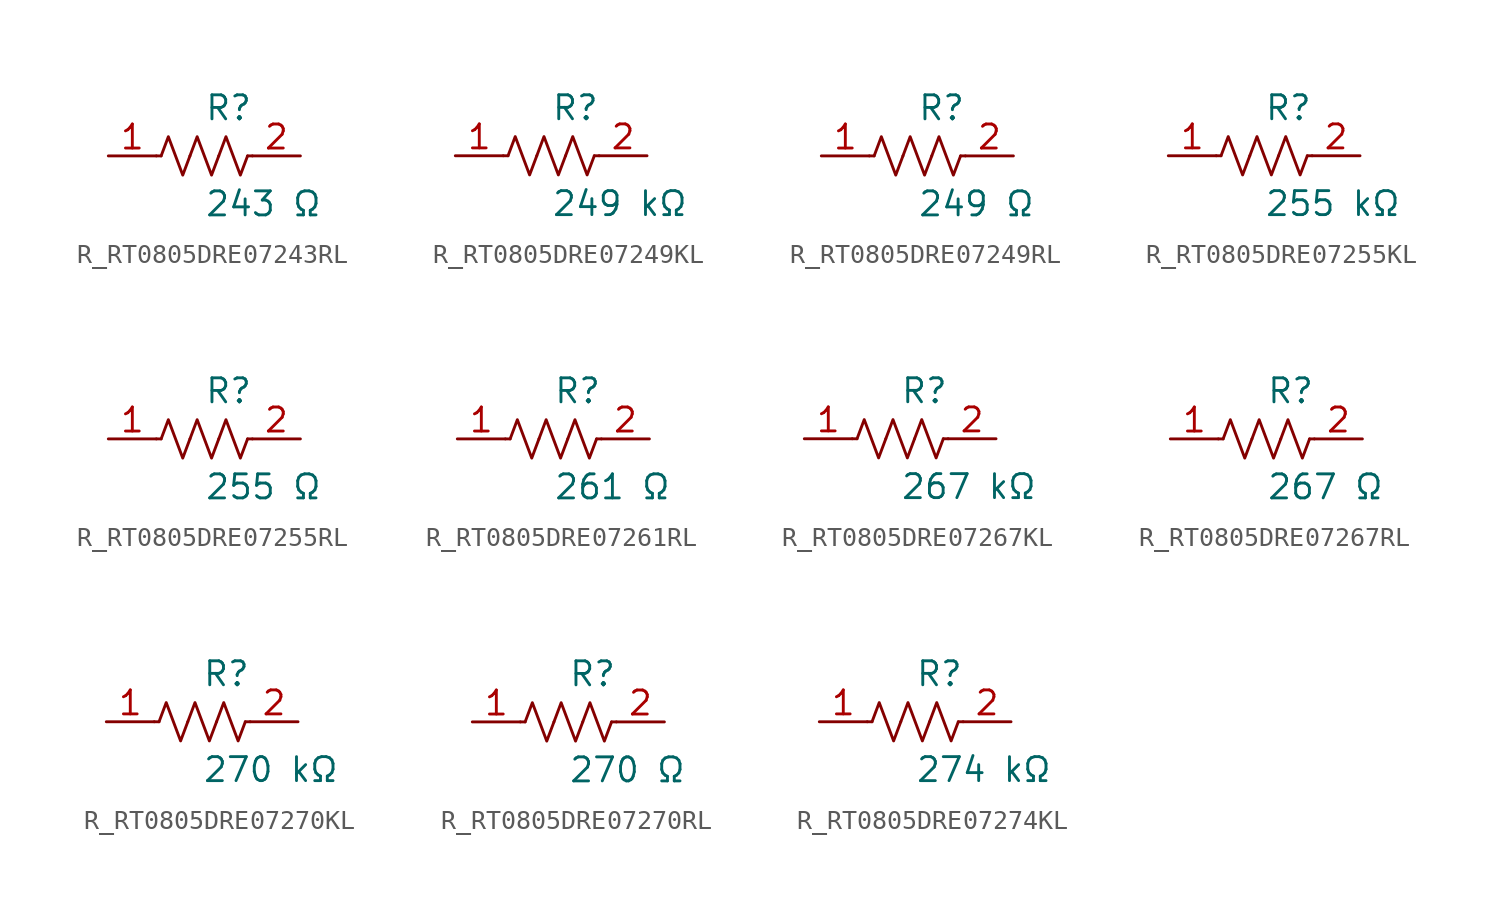
<source format=kicad_sym>
(kicad_symbol_lib
  (version 20231120)
  (generator kicad_symbol_editor)
  (generator_version 8.0)
  (symbol "R_RT0805DRE07243RL"
    (pin_names
      (offset 0.254))
    (property "Reference" "R"
      (at 0 2.54 0)
      (effects (font (size 1.27 1.27)) (justify left)))
    (property "Value" "243 Ω"
      (at 0 -2.54 0)
      (effects (font (size 1.27 1.27)) (justify left)))
    (symbol "R_RT0805DRE07243RL_0_1"
      (polyline (pts (xy 2.286 0) (xy 2.54 0)) (stroke (width 0) (type default)) (fill (type none)))
      (polyline (pts (xy -2.286 0) (xy -2.54 0)) (stroke (width 0) (type default)) (fill (type none)))
      (polyline (pts (xy 0.762 0) (xy 1.143 1.016) (xy 1.524 0) (xy 1.905 -1.016) (xy 2.286 0)) (stroke (width 0) (type default)) (fill (type none)))
      (polyline (pts (xy -0.762 0) (xy -0.381 1.016) (xy 0 0) (xy 0.381 -1.016) (xy 0.762 0)) (stroke (width 0) (type default)) (fill (type none)))
      (polyline (pts (xy -2.286 0) (xy -1.905 1.016) (xy -1.524 0) (xy -1.143 -1.016) (xy -0.762 0)) (stroke (width 0) (type default)) (fill (type none))))
    (pin passive line
      (at -5.08 0 0)
      (length 2.54)
      (name "" (effects (font (size 1.27 1.27))))
      (number "1" (effects (font (size 1.27 1.27)))))
    (pin passive line
      (at 5.08 0 180)
      (length 2.54)
      (name "" (effects (font (size 1.27 1.27))))
      (number "2" (effects (font (size 1.27 1.27))))))
  (symbol "R_RT0805DRE07249KL"
    (pin_names
      (offset 0.254))
    (property "Reference" "R"
      (at 0 2.54 0)
      (effects (font (size 1.27 1.27)) (justify left)))
    (property "Value" "249 kΩ"
      (at 0 -2.54 0)
      (effects (font (size 1.27 1.27)) (justify left)))
    (symbol "R_RT0805DRE07249KL_0_1"
      (polyline (pts (xy 2.286 0) (xy 2.54 0)) (stroke (width 0) (type default)) (fill (type none)))
      (polyline (pts (xy -2.286 0) (xy -2.54 0)) (stroke (width 0) (type default)) (fill (type none)))
      (polyline (pts (xy 0.762 0) (xy 1.143 1.016) (xy 1.524 0) (xy 1.905 -1.016) (xy 2.286 0)) (stroke (width 0) (type default)) (fill (type none)))
      (polyline (pts (xy -0.762 0) (xy -0.381 1.016) (xy 0 0) (xy 0.381 -1.016) (xy 0.762 0)) (stroke (width 0) (type default)) (fill (type none)))
      (polyline (pts (xy -2.286 0) (xy -1.905 1.016) (xy -1.524 0) (xy -1.143 -1.016) (xy -0.762 0)) (stroke (width 0) (type default)) (fill (type none))))
    (pin passive line
      (at -5.08 0 0)
      (length 2.54)
      (name "" (effects (font (size 1.27 1.27))))
      (number "1" (effects (font (size 1.27 1.27)))))
    (pin passive line
      (at 5.08 0 180)
      (length 2.54)
      (name "" (effects (font (size 1.27 1.27))))
      (number "2" (effects (font (size 1.27 1.27))))))
  (symbol "R_RT0805DRE07249RL"
    (pin_names
      (offset 0.254))
    (property "Reference" "R"
      (at 0 2.54 0)
      (effects (font (size 1.27 1.27)) (justify left)))
    (property "Value" "249 Ω"
      (at 0 -2.54 0)
      (effects (font (size 1.27 1.27)) (justify left)))
    (symbol "R_RT0805DRE07249RL_0_1"
      (polyline (pts (xy 2.286 0) (xy 2.54 0)) (stroke (width 0) (type default)) (fill (type none)))
      (polyline (pts (xy -2.286 0) (xy -2.54 0)) (stroke (width 0) (type default)) (fill (type none)))
      (polyline (pts (xy 0.762 0) (xy 1.143 1.016) (xy 1.524 0) (xy 1.905 -1.016) (xy 2.286 0)) (stroke (width 0) (type default)) (fill (type none)))
      (polyline (pts (xy -0.762 0) (xy -0.381 1.016) (xy 0 0) (xy 0.381 -1.016) (xy 0.762 0)) (stroke (width 0) (type default)) (fill (type none)))
      (polyline (pts (xy -2.286 0) (xy -1.905 1.016) (xy -1.524 0) (xy -1.143 -1.016) (xy -0.762 0)) (stroke (width 0) (type default)) (fill (type none))))
    (pin passive line
      (at -5.08 0 0)
      (length 2.54)
      (name "" (effects (font (size 1.27 1.27))))
      (number "1" (effects (font (size 1.27 1.27)))))
    (pin passive line
      (at 5.08 0 180)
      (length 2.54)
      (name "" (effects (font (size 1.27 1.27))))
      (number "2" (effects (font (size 1.27 1.27))))))
  (symbol "R_RT0805DRE07255KL"
    (pin_names
      (offset 0.254))
    (property "Reference" "R"
      (at 0 2.54 0)
      (effects (font (size 1.27 1.27)) (justify left)))
    (property "Value" "255 kΩ"
      (at 0 -2.54 0)
      (effects (font (size 1.27 1.27)) (justify left)))
    (symbol "R_RT0805DRE07255KL_0_1"
      (polyline (pts (xy 2.286 0) (xy 2.54 0)) (stroke (width 0) (type default)) (fill (type none)))
      (polyline (pts (xy -2.286 0) (xy -2.54 0)) (stroke (width 0) (type default)) (fill (type none)))
      (polyline (pts (xy 0.762 0) (xy 1.143 1.016) (xy 1.524 0) (xy 1.905 -1.016) (xy 2.286 0)) (stroke (width 0) (type default)) (fill (type none)))
      (polyline (pts (xy -0.762 0) (xy -0.381 1.016) (xy 0 0) (xy 0.381 -1.016) (xy 0.762 0)) (stroke (width 0) (type default)) (fill (type none)))
      (polyline (pts (xy -2.286 0) (xy -1.905 1.016) (xy -1.524 0) (xy -1.143 -1.016) (xy -0.762 0)) (stroke (width 0) (type default)) (fill (type none))))
    (pin passive line
      (at -5.08 0 0)
      (length 2.54)
      (name "" (effects (font (size 1.27 1.27))))
      (number "1" (effects (font (size 1.27 1.27)))))
    (pin passive line
      (at 5.08 0 180)
      (length 2.54)
      (name "" (effects (font (size 1.27 1.27))))
      (number "2" (effects (font (size 1.27 1.27))))))
  (symbol "R_RT0805DRE07255RL"
    (pin_names
      (offset 0.254))
    (property "Reference" "R"
      (at 0 2.54 0)
      (effects (font (size 1.27 1.27)) (justify left)))
    (property "Value" "255 Ω"
      (at 0 -2.54 0)
      (effects (font (size 1.27 1.27)) (justify left)))
    (symbol "R_RT0805DRE07255RL_0_1"
      (polyline (pts (xy 2.286 0) (xy 2.54 0)) (stroke (width 0) (type default)) (fill (type none)))
      (polyline (pts (xy -2.286 0) (xy -2.54 0)) (stroke (width 0) (type default)) (fill (type none)))
      (polyline (pts (xy 0.762 0) (xy 1.143 1.016) (xy 1.524 0) (xy 1.905 -1.016) (xy 2.286 0)) (stroke (width 0) (type default)) (fill (type none)))
      (polyline (pts (xy -0.762 0) (xy -0.381 1.016) (xy 0 0) (xy 0.381 -1.016) (xy 0.762 0)) (stroke (width 0) (type default)) (fill (type none)))
      (polyline (pts (xy -2.286 0) (xy -1.905 1.016) (xy -1.524 0) (xy -1.143 -1.016) (xy -0.762 0)) (stroke (width 0) (type default)) (fill (type none))))
    (pin passive line
      (at -5.08 0 0)
      (length 2.54)
      (name "" (effects (font (size 1.27 1.27))))
      (number "1" (effects (font (size 1.27 1.27)))))
    (pin passive line
      (at 5.08 0 180)
      (length 2.54)
      (name "" (effects (font (size 1.27 1.27))))
      (number "2" (effects (font (size 1.27 1.27))))))
  (symbol "R_RT0805DRE07261RL"
    (pin_names
      (offset 0.254))
    (property "Reference" "R"
      (at 0 2.54 0)
      (effects (font (size 1.27 1.27)) (justify left)))
    (property "Value" "261 Ω"
      (at 0 -2.54 0)
      (effects (font (size 1.27 1.27)) (justify left)))
    (symbol "R_RT0805DRE07261RL_0_1"
      (polyline (pts (xy 2.286 0) (xy 2.54 0)) (stroke (width 0) (type default)) (fill (type none)))
      (polyline (pts (xy -2.286 0) (xy -2.54 0)) (stroke (width 0) (type default)) (fill (type none)))
      (polyline (pts (xy 0.762 0) (xy 1.143 1.016) (xy 1.524 0) (xy 1.905 -1.016) (xy 2.286 0)) (stroke (width 0) (type default)) (fill (type none)))
      (polyline (pts (xy -0.762 0) (xy -0.381 1.016) (xy 0 0) (xy 0.381 -1.016) (xy 0.762 0)) (stroke (width 0) (type default)) (fill (type none)))
      (polyline (pts (xy -2.286 0) (xy -1.905 1.016) (xy -1.524 0) (xy -1.143 -1.016) (xy -0.762 0)) (stroke (width 0) (type default)) (fill (type none))))
    (pin passive line
      (at -5.08 0 0)
      (length 2.54)
      (name "" (effects (font (size 1.27 1.27))))
      (number "1" (effects (font (size 1.27 1.27)))))
    (pin passive line
      (at 5.08 0 180)
      (length 2.54)
      (name "" (effects (font (size 1.27 1.27))))
      (number "2" (effects (font (size 1.27 1.27))))))
  (symbol "R_RT0805DRE07267KL"
    (pin_names
      (offset 0.254))
    (property "Reference" "R"
      (at 0 2.54 0)
      (effects (font (size 1.27 1.27)) (justify left)))
    (property "Value" "267 kΩ"
      (at 0 -2.54 0)
      (effects (font (size 1.27 1.27)) (justify left)))
    (symbol "R_RT0805DRE07267KL_0_1"
      (polyline (pts (xy 2.286 0) (xy 2.54 0)) (stroke (width 0) (type default)) (fill (type none)))
      (polyline (pts (xy -2.286 0) (xy -2.54 0)) (stroke (width 0) (type default)) (fill (type none)))
      (polyline (pts (xy 0.762 0) (xy 1.143 1.016) (xy 1.524 0) (xy 1.905 -1.016) (xy 2.286 0)) (stroke (width 0) (type default)) (fill (type none)))
      (polyline (pts (xy -0.762 0) (xy -0.381 1.016) (xy 0 0) (xy 0.381 -1.016) (xy 0.762 0)) (stroke (width 0) (type default)) (fill (type none)))
      (polyline (pts (xy -2.286 0) (xy -1.905 1.016) (xy -1.524 0) (xy -1.143 -1.016) (xy -0.762 0)) (stroke (width 0) (type default)) (fill (type none))))
    (pin passive line
      (at -5.08 0 0)
      (length 2.54)
      (name "" (effects (font (size 1.27 1.27))))
      (number "1" (effects (font (size 1.27 1.27)))))
    (pin passive line
      (at 5.08 0 180)
      (length 2.54)
      (name "" (effects (font (size 1.27 1.27))))
      (number "2" (effects (font (size 1.27 1.27))))))
  (symbol "R_RT0805DRE07267RL"
    (pin_names
      (offset 0.254))
    (property "Reference" "R"
      (at 0 2.54 0)
      (effects (font (size 1.27 1.27)) (justify left)))
    (property "Value" "267 Ω"
      (at 0 -2.54 0)
      (effects (font (size 1.27 1.27)) (justify left)))
    (symbol "R_RT0805DRE07267RL_0_1"
      (polyline (pts (xy 2.286 0) (xy 2.54 0)) (stroke (width 0) (type default)) (fill (type none)))
      (polyline (pts (xy -2.286 0) (xy -2.54 0)) (stroke (width 0) (type default)) (fill (type none)))
      (polyline (pts (xy 0.762 0) (xy 1.143 1.016) (xy 1.524 0) (xy 1.905 -1.016) (xy 2.286 0)) (stroke (width 0) (type default)) (fill (type none)))
      (polyline (pts (xy -0.762 0) (xy -0.381 1.016) (xy 0 0) (xy 0.381 -1.016) (xy 0.762 0)) (stroke (width 0) (type default)) (fill (type none)))
      (polyline (pts (xy -2.286 0) (xy -1.905 1.016) (xy -1.524 0) (xy -1.143 -1.016) (xy -0.762 0)) (stroke (width 0) (type default)) (fill (type none))))
    (pin passive line
      (at -5.08 0 0)
      (length 2.54)
      (name "" (effects (font (size 1.27 1.27))))
      (number "1" (effects (font (size 1.27 1.27)))))
    (pin passive line
      (at 5.08 0 180)
      (length 2.54)
      (name "" (effects (font (size 1.27 1.27))))
      (number "2" (effects (font (size 1.27 1.27))))))
  (symbol "R_RT0805DRE07270KL"
    (pin_names
      (offset 0.254))
    (property "Reference" "R"
      (at 0 2.54 0)
      (effects (font (size 1.27 1.27)) (justify left)))
    (property "Value" "270 kΩ"
      (at 0 -2.54 0)
      (effects (font (size 1.27 1.27)) (justify left)))
    (symbol "R_RT0805DRE07270KL_0_1"
      (polyline (pts (xy 2.286 0) (xy 2.54 0)) (stroke (width 0) (type default)) (fill (type none)))
      (polyline (pts (xy -2.286 0) (xy -2.54 0)) (stroke (width 0) (type default)) (fill (type none)))
      (polyline (pts (xy 0.762 0) (xy 1.143 1.016) (xy 1.524 0) (xy 1.905 -1.016) (xy 2.286 0)) (stroke (width 0) (type default)) (fill (type none)))
      (polyline (pts (xy -0.762 0) (xy -0.381 1.016) (xy 0 0) (xy 0.381 -1.016) (xy 0.762 0)) (stroke (width 0) (type default)) (fill (type none)))
      (polyline (pts (xy -2.286 0) (xy -1.905 1.016) (xy -1.524 0) (xy -1.143 -1.016) (xy -0.762 0)) (stroke (width 0) (type default)) (fill (type none))))
    (pin passive line
      (at -5.08 0 0)
      (length 2.54)
      (name "" (effects (font (size 1.27 1.27))))
      (number "1" (effects (font (size 1.27 1.27)))))
    (pin passive line
      (at 5.08 0 180)
      (length 2.54)
      (name "" (effects (font (size 1.27 1.27))))
      (number "2" (effects (font (size 1.27 1.27))))))
  (symbol "R_RT0805DRE07270RL"
    (pin_names
      (offset 0.254))
    (property "Reference" "R"
      (at 0 2.54 0)
      (effects (font (size 1.27 1.27)) (justify left)))
    (property "Value" "270 Ω"
      (at 0 -2.54 0)
      (effects (font (size 1.27 1.27)) (justify left)))
    (symbol "R_RT0805DRE07270RL_0_1"
      (polyline (pts (xy 2.286 0) (xy 2.54 0)) (stroke (width 0) (type default)) (fill (type none)))
      (polyline (pts (xy -2.286 0) (xy -2.54 0)) (stroke (width 0) (type default)) (fill (type none)))
      (polyline (pts (xy 0.762 0) (xy 1.143 1.016) (xy 1.524 0) (xy 1.905 -1.016) (xy 2.286 0)) (stroke (width 0) (type default)) (fill (type none)))
      (polyline (pts (xy -0.762 0) (xy -0.381 1.016) (xy 0 0) (xy 0.381 -1.016) (xy 0.762 0)) (stroke (width 0) (type default)) (fill (type none)))
      (polyline (pts (xy -2.286 0) (xy -1.905 1.016) (xy -1.524 0) (xy -1.143 -1.016) (xy -0.762 0)) (stroke (width 0) (type default)) (fill (type none))))
    (pin passive line
      (at -5.08 0 0)
      (length 2.54)
      (name "" (effects (font (size 1.27 1.27))))
      (number "1" (effects (font (size 1.27 1.27)))))
    (pin passive line
      (at 5.08 0 180)
      (length 2.54)
      (name "" (effects (font (size 1.27 1.27))))
      (number "2" (effects (font (size 1.27 1.27))))))
  (symbol "R_RT0805DRE07274KL"
    (pin_names
      (offset 0.254))
    (property "Reference" "R"
      (at 0 2.54 0)
      (effects (font (size 1.27 1.27)) (justify left)))
    (property "Value" "274 kΩ"
      (at 0 -2.54 0)
      (effects (font (size 1.27 1.27)) (justify left)))
    (symbol "R_RT0805DRE07274KL_0_1"
      (polyline (pts (xy 2.286 0) (xy 2.54 0)) (stroke (width 0) (type default)) (fill (type none)))
      (polyline (pts (xy -2.286 0) (xy -2.54 0)) (stroke (width 0) (type default)) (fill (type none)))
      (polyline (pts (xy 0.762 0) (xy 1.143 1.016) (xy 1.524 0) (xy 1.905 -1.016) (xy 2.286 0)) (stroke (width 0) (type default)) (fill (type none)))
      (polyline (pts (xy -0.762 0) (xy -0.381 1.016) (xy 0 0) (xy 0.381 -1.016) (xy 0.762 0)) (stroke (width 0) (type default)) (fill (type none)))
      (polyline (pts (xy -2.286 0) (xy -1.905 1.016) (xy -1.524 0) (xy -1.143 -1.016) (xy -0.762 0)) (stroke (width 0) (type default)) (fill (type none))))
    (pin passive line
      (at -5.08 0 0)
      (length 2.54)
      (name "" (effects (font (size 1.27 1.27))))
      (number "1" (effects (font (size 1.27 1.27)))))
    (pin passive line
      (at 5.08 0 180)
      (length 2.54)
      (name "" (effects (font (size 1.27 1.27))))
      (number "2" (effects (font (size 1.27 1.27)))))))
</source>
